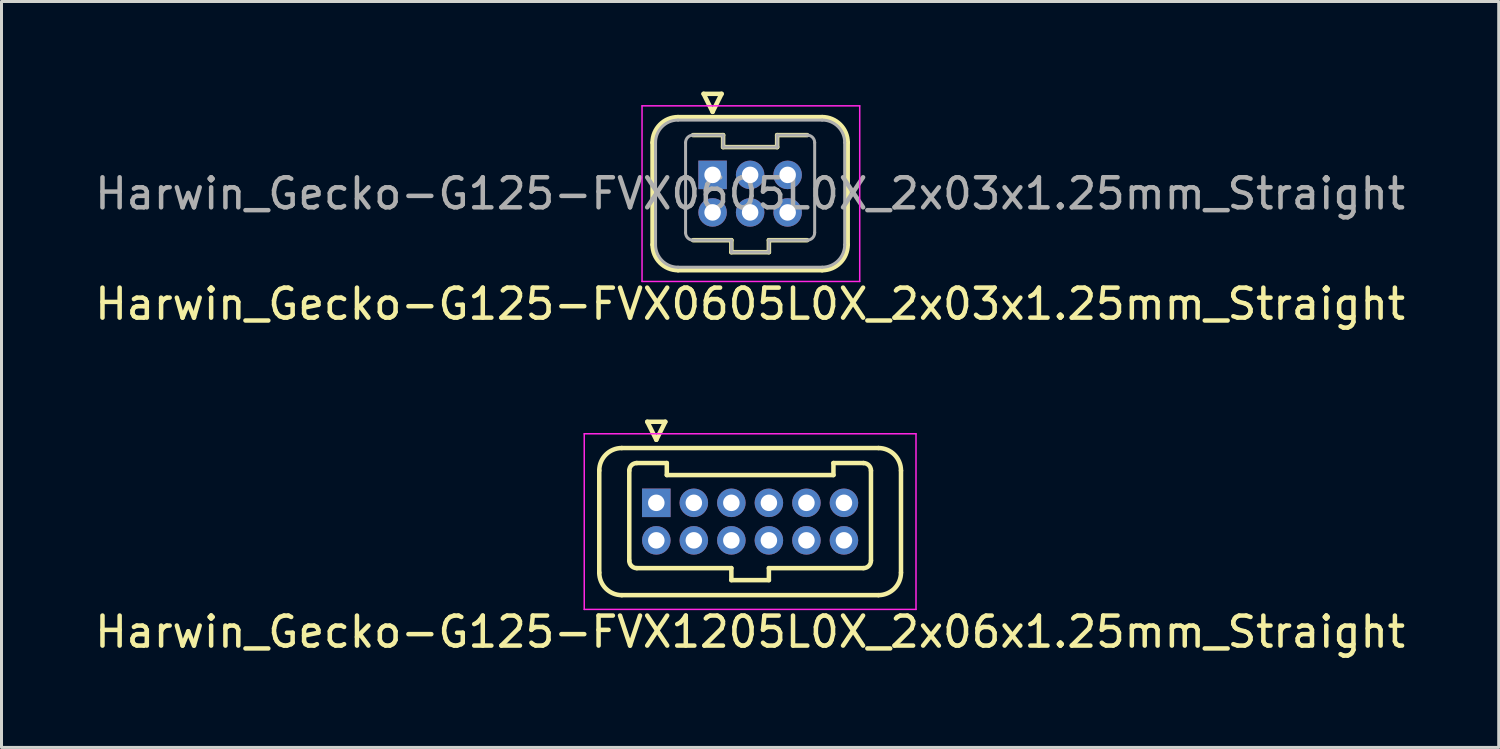
<source format=kicad_pcb>
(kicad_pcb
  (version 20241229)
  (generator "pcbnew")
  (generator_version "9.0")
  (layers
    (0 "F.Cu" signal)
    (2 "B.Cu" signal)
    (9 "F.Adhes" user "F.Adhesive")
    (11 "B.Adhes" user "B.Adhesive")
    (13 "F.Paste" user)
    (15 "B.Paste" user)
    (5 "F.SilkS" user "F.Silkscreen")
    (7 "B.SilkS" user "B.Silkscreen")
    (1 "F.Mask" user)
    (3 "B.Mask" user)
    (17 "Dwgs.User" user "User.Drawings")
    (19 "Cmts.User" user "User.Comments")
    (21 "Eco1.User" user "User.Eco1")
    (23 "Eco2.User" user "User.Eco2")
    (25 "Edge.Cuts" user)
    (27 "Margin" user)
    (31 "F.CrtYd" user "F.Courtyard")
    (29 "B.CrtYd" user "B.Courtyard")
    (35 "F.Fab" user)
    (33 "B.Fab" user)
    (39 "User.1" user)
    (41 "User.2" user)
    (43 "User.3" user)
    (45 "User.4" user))
  (footprint "Harwin_Gecko-G125-FVX1205L0X_2x06x1.25mm_Straight"
    (layer "F.Cu")
    (at 18.81 13.698)
    (property "Reference" "Harwin_Gecko-G125-FVX1205L0X_2x06x1.25mm_Straight" (at 3.125 4.3 0) (layer "F.SilkS") (effects (font (size 1 1) (thickness 0.15))))
    (attr through_hole)
    (fp_line (start -1.9 -1.075) (end -1.9 2.325) (stroke (width 0.15) (type solid)) (layer "F.SilkS"))
    (fp_line (start -1.15 -1.825) (end 7.4 -1.825) (stroke (width 0.15) (type solid)) (layer "F.SilkS"))
    (fp_line (start -1.15 3.075) (end 7.4 3.075) (stroke (width 0.15) (type solid)) (layer "F.SilkS"))
    (fp_line (start -0.9 -1.075) (end -0.9 1.925) (stroke (width 0.15) (type solid)) (layer "F.SilkS"))
    (fp_line (start -0.65 -1.325) (end 0.35 -1.325) (stroke (width 0.15) (type solid)) (layer "F.SilkS"))
    (fp_line (start -0.65 2.175) (end 2.5 2.175) (stroke (width 0.15) (type solid)) (layer "F.SilkS"))
    (fp_line (start -0.3 -2.7) (end 0.3 -2.7) (stroke (width 0.15) (type solid)) (layer "F.SilkS"))
    (fp_line (start 0 -2.1) (end -0.3 -2.7) (stroke (width 0.15) (type solid)) (layer "F.SilkS"))
    (fp_line (start 0.3 -2.7) (end 0 -2.1) (stroke (width 0.15) (type solid)) (layer "F.SilkS"))
    (fp_line (start 0.35 -1.325) (end 0.35 -0.925) (stroke (width 0.15) (type solid)) (layer "F.SilkS"))
    (fp_line (start 0.35 -0.925) (end 5.9 -0.925) (stroke (width 0.15) (type solid)) (layer "F.SilkS"))
    (fp_line (start 2.5 2.175) (end 2.5 2.575) (stroke (width 0.15) (type solid)) (layer "F.SilkS"))
    (fp_line (start 2.5 2.575) (end 3.75 2.575) (stroke (width 0.15) (type solid)) (layer "F.SilkS"))
    (fp_line (start 3.75 2.175) (end 6.9 2.175) (stroke (width 0.15) (type solid)) (layer "F.SilkS"))
    (fp_line (start 3.75 2.575) (end 3.75 2.175) (stroke (width 0.15) (type solid)) (layer "F.SilkS"))
    (fp_line (start 5.9 -1.325) (end 6.9 -1.325) (stroke (width 0.15) (type solid)) (layer "F.SilkS"))
    (fp_line (start 5.9 -0.925) (end 5.9 -1.325) (stroke (width 0.15) (type solid)) (layer "F.SilkS"))
    (fp_line (start 7.15 -1.075) (end 7.15 1.925) (stroke (width 0.15) (type solid)) (layer "F.SilkS"))
    (fp_line (start 8.15 -1.075) (end 8.15 2.325) (stroke (width 0.15) (type solid)) (layer "F.SilkS"))
    (fp_arc (start -1.9 -1.075) (mid -1.68033 -1.60533) (end -1.15 -1.825) (stroke (width 0.15) (type solid)) (layer "F.SilkS"))
    (fp_arc (start -1.15 3.075) (mid -1.68033 2.85533) (end -1.9 2.325) (stroke (width 0.15) (type solid)) (layer "F.SilkS"))
    (fp_arc (start -0.9 -1.075) (mid -0.826777 -1.251777) (end -0.65 -1.325) (stroke (width 0.15) (type solid)) (layer "F.SilkS"))
    (fp_arc (start -0.65 2.175) (mid -0.826777 2.101777) (end -0.9 1.925) (stroke (width 0.15) (type solid)) (layer "F.SilkS"))
    (fp_arc (start 6.9 -1.325) (mid 7.076777 -1.251777) (end 7.15 -1.075) (stroke (width 0.15) (type solid)) (layer "F.SilkS"))
    (fp_arc (start 7.15 1.925) (mid 7.076777 2.101777) (end 6.9 2.175) (stroke (width 0.15) (type solid)) (layer "F.SilkS"))
    (fp_arc (start 7.4 -1.825) (mid 7.93033 -1.60533) (end 8.15 -1.075) (stroke (width 0.15) (type solid)) (layer "F.SilkS"))
    (fp_arc (start 8.15 2.325) (mid 7.93033 2.85533) (end 7.4 3.075) (stroke (width 0.15) (type solid)) (layer "F.SilkS"))
    (fp_line (start -2.4 -2.3) (end -2.4 3.55) (stroke (width 0.05) (type solid)) (layer "F.CrtYd"))
    (fp_line (start -2.4 3.55) (end 8.65 3.55) (stroke (width 0.05) (type solid)) (layer "F.CrtYd"))
    (fp_line (start 8.65 -2.3) (end -2.4 -2.3) (stroke (width 0.05) (type solid)) (layer "F.CrtYd"))
    (fp_line (start 8.65 3.55) (end 8.65 -2.3) (stroke (width 0.05) (type solid)) (layer "F.CrtYd"))
    (pad "1" thru_hole rect (at 0 0) (size 0.95 0.95) (drill 0.55) (layers "*.Cu" "*.Mask"))
    (pad "2" thru_hole circle (at 1.25 0) (size 0.95 0.95) (drill 0.55) (layers "*.Cu" "*.Mask"))
    (pad "3" thru_hole circle (at 2.5 0) (size 0.95 0.95) (drill 0.55) (layers "*.Cu" "*.Mask"))
    (pad "4" thru_hole circle (at 3.75 0) (size 0.95 0.95) (drill 0.55) (layers "*.Cu" "*.Mask"))
    (pad "5" thru_hole circle (at 5 0) (size 0.95 0.95) (drill 0.55) (layers "*.Cu" "*.Mask"))
    (pad "6" thru_hole circle (at 6.25 0) (size 0.95 0.95) (drill 0.55) (layers "*.Cu" "*.Mask"))
    (pad "7" thru_hole circle (at 0 1.25) (size 0.95 0.95) (drill 0.55) (layers "*.Cu" "*.Mask"))
    (pad "8" thru_hole circle (at 1.25 1.25) (size 0.95 0.95) (drill 0.55) (layers "*.Cu" "*.Mask"))
    (pad "9" thru_hole circle (at 2.5 1.25) (size 0.95 0.95) (drill 0.55) (layers "*.Cu" "*.Mask"))
    (pad "10" thru_hole circle (at 3.75 1.25) (size 0.95 0.95) (drill 0.55) (layers "*.Cu" "*.Mask"))
    (pad "11" thru_hole circle (at 5 1.25) (size 0.95 0.95) (drill 0.55) (layers "*.Cu" "*.Mask"))
    (pad "12" thru_hole circle (at 6.25 1.25) (size 0.95 0.95) (drill 0.55) (layers "*.Cu" "*.Mask")))
  (footprint "Harwin_Gecko-G125-FVX0605L0X_2x03x1.25mm_Straight"
    (layer "F.Cu")
    (at 20.685 2.775)
    (property "Reference" "Harwin_Gecko-G125-FVX0605L0X_2x03x1.25mm_Straight" (at 1.25 4.3 0) (layer "F.SilkS") (effects (font (size 1 1) (thickness 0.15))))
    (attr through_hole)
    (fp_line (start -2 -1.075) (end -2 2.325) (stroke (width 0.15) (type solid)) (layer "F.SilkS"))
    (fp_line (start -1.15 -1.925) (end 3.65 -1.925) (stroke (width 0.15) (type solid)) (layer "F.SilkS"))
    (fp_line (start -1.15 3.175) (end 3.65 3.175) (stroke (width 0.15) (type solid)) (layer "F.SilkS"))
    (fp_line (start -0.65 -1.325) (end 0.35 -1.325) (stroke (width 0.15) (type solid)) (layer "F.SilkS"))
    (fp_line (start -0.65 2.175) (end 0.625 2.175) (stroke (width 0.15) (type solid)) (layer "F.SilkS"))
    (fp_line (start -0.3 -2.7) (end 0.3 -2.7) (stroke (width 0.15) (type solid)) (layer "F.SilkS"))
    (fp_line (start 0 -2.1) (end -0.3 -2.7) (stroke (width 0.15) (type solid)) (layer "F.SilkS"))
    (fp_line (start 0.3 -2.7) (end 0 -2.1) (stroke (width 0.15) (type solid)) (layer "F.SilkS"))
    (fp_line (start 0.35 -1.325) (end 0.35 -0.925) (stroke (width 0.15) (type solid)) (layer "F.SilkS"))
    (fp_line (start 0.35 -0.925) (end 2.15 -0.925) (stroke (width 0.15) (type solid)) (layer "F.SilkS"))
    (fp_line (start 0.625 2.175) (end 0.625 2.575) (stroke (width 0.15) (type solid)) (layer "F.SilkS"))
    (fp_line (start 0.625 2.575) (end 1.875 2.575) (stroke (width 0.15) (type solid)) (layer "F.SilkS"))
    (fp_line (start 1.875 2.175) (end 3.15 2.175) (stroke (width 0.15) (type solid)) (layer "F.SilkS"))
    (fp_line (start 1.875 2.575) (end 1.875 2.175) (stroke (width 0.15) (type solid)) (layer "F.SilkS"))
    (fp_line (start 2.15 -1.325) (end 3.15 -1.325) (stroke (width 0.15) (type solid)) (layer "F.SilkS"))
    (fp_line (start 2.15 -0.925) (end 2.15 -1.325) (stroke (width 0.15) (type solid)) (layer "F.SilkS"))
    (fp_line (start 4.5 -1.075) (end 4.5 2.325) (stroke (width 0.15) (type solid)) (layer "F.SilkS"))
    (fp_arc (start -2 -1.075) (mid -1.751041 -1.676041) (end -1.15 -1.925) (stroke (width 0.15) (type solid)) (layer "F.SilkS"))
    (fp_arc (start -1.15 3.175) (mid -1.751041 2.926041) (end -2 2.325) (stroke (width 0.15) (type solid)) (layer "F.SilkS"))
    (fp_arc (start 3.65 -1.925) (mid 4.251041 -1.676041) (end 4.5 -1.075) (stroke (width 0.15) (type solid)) (layer "F.SilkS"))
    (fp_arc (start 4.5 2.325) (mid 4.251041 2.926041) (end 3.65 3.175) (stroke (width 0.15) (type solid)) (layer "F.SilkS"))
    (fp_line (start -2.35 -2.3) (end -2.35 3.55) (stroke (width 0.05) (type solid)) (layer "F.CrtYd"))
    (fp_line (start -2.35 3.55) (end 4.9 3.55) (stroke (width 0.05) (type solid)) (layer "F.CrtYd"))
    (fp_line (start 4.9 -2.3) (end -2.35 -2.3) (stroke (width 0.05) (type solid)) (layer "F.CrtYd"))
    (fp_line (start 4.9 3.55) (end 4.9 -2.3) (stroke (width 0.05) (type solid)) (layer "F.CrtYd"))
    (fp_line (start -1.9 -1.075) (end -1.9 2.325) (stroke (width 0.1) (type solid)) (layer "F.Fab"))
    (fp_line (start -1.15 -1.825) (end 3.65 -1.825) (stroke (width 0.1) (type solid)) (layer "F.Fab"))
    (fp_line (start -1.15 3.075) (end 3.65 3.075) (stroke (width 0.1) (type solid)) (layer "F.Fab"))
    (fp_line (start -0.9 -1.075) (end -0.9 1.925) (stroke (width 0.1) (type solid)) (layer "F.Fab"))
    (fp_line (start -0.65 -1.325) (end 0.35 -1.325) (stroke (width 0.1) (type solid)) (layer "F.Fab"))
    (fp_line (start -0.65 2.175) (end 0.625 2.175) (stroke (width 0.1) (type solid)) (layer "F.Fab"))
    (fp_line (start 0.35 -1.325) (end 0.35 -0.925) (stroke (width 0.1) (type solid)) (layer "F.Fab"))
    (fp_line (start 0.35 -0.925) (end 2.15 -0.925) (stroke (width 0.1) (type solid)) (layer "F.Fab"))
    (fp_line (start 0.625 2.175) (end 0.625 2.575) (stroke (width 0.1) (type solid)) (layer "F.Fab"))
    (fp_line (start 0.625 2.575) (end 1.875 2.575) (stroke (width 0.1) (type solid)) (layer "F.Fab"))
    (fp_line (start 1.875 2.175) (end 3.15 2.175) (stroke (width 0.1) (type solid)) (layer "F.Fab"))
    (fp_line (start 1.875 2.575) (end 1.875 2.175) (stroke (width 0.1) (type solid)) (layer "F.Fab"))
    (fp_line (start 2.15 -1.325) (end 3.15 -1.325) (stroke (width 0.1) (type solid)) (layer "F.Fab"))
    (fp_line (start 2.15 -0.925) (end 2.15 -1.325) (stroke (width 0.1) (type solid)) (layer "F.Fab"))
    (fp_line (start 3.4 -1.075) (end 3.4 1.925) (stroke (width 0.1) (type solid)) (layer "F.Fab"))
    (fp_line (start 4.4 -1.075) (end 4.4 2.325) (stroke (width 0.1) (type solid)) (layer "F.Fab"))
    (fp_arc (start -1.9 -1.075) (mid -1.68033 -1.60533) (end -1.15 -1.825) (stroke (width 0.1) (type solid)) (layer "F.Fab"))
    (fp_arc (start -1.15 3.075) (mid -1.68033 2.85533) (end -1.9 2.325) (stroke (width 0.1) (type solid)) (layer "F.Fab"))
    (fp_arc (start -0.9 -1.075) (mid -0.826777 -1.251777) (end -0.65 -1.325) (stroke (width 0.1) (type solid)) (layer "F.Fab"))
    (fp_arc (start -0.65 2.175) (mid -0.826777 2.101777) (end -0.9 1.925) (stroke (width 0.1) (type solid)) (layer "F.Fab"))
    (fp_arc (start 3.15 -1.325) (mid 3.326777 -1.251777) (end 3.4 -1.075) (stroke (width 0.1) (type solid)) (layer "F.Fab"))
    (fp_arc (start 3.4 1.925) (mid 3.326777 2.101777) (end 3.15 2.175) (stroke (width 0.1) (type solid)) (layer "F.Fab"))
    (fp_arc (start 3.65 -1.825) (mid 4.18033 -1.60533) (end 4.4 -1.075) (stroke (width 0.1) (type solid)) (layer "F.Fab"))
    (fp_arc (start 4.4 2.325) (mid 4.18033 2.85533) (end 3.65 3.075) (stroke (width 0.1) (type solid)) (layer "F.Fab"))
    (fp_text user "${REFERENCE}" (at 1.25 0.625 0) (layer "F.Fab") (effects (font (size 1 1) (thickness 0.15))))
    (pad "1" thru_hole rect (at 0 0) (size 0.95 0.95) (drill 0.55) (layers "*.Cu" "*.Mask"))
    (pad "2" thru_hole circle (at 1.25 0) (size 0.95 0.95) (drill 0.55) (layers "*.Cu" "*.Mask"))
    (pad "3" thru_hole circle (at 2.5 0) (size 0.95 0.95) (drill 0.55) (layers "*.Cu" "*.Mask"))
    (pad "4" thru_hole circle (at 0 1.25) (size 0.95 0.95) (drill 0.55) (layers "*.Cu" "*.Mask"))
    (pad "5" thru_hole circle (at 1.25 1.25) (size 0.95 0.95) (drill 0.55) (layers "*.Cu" "*.Mask"))
    (pad "6" thru_hole circle (at 2.5 1.25) (size 0.95 0.95) (drill 0.55) (layers "*.Cu" "*.Mask")))
  (gr_rect
    (start -3 -3)
    (end 46.869 21.846)
    (stroke (width 0.1) (type default))
    (fill no)
    (layer "Edge.Cuts")))
</source>
